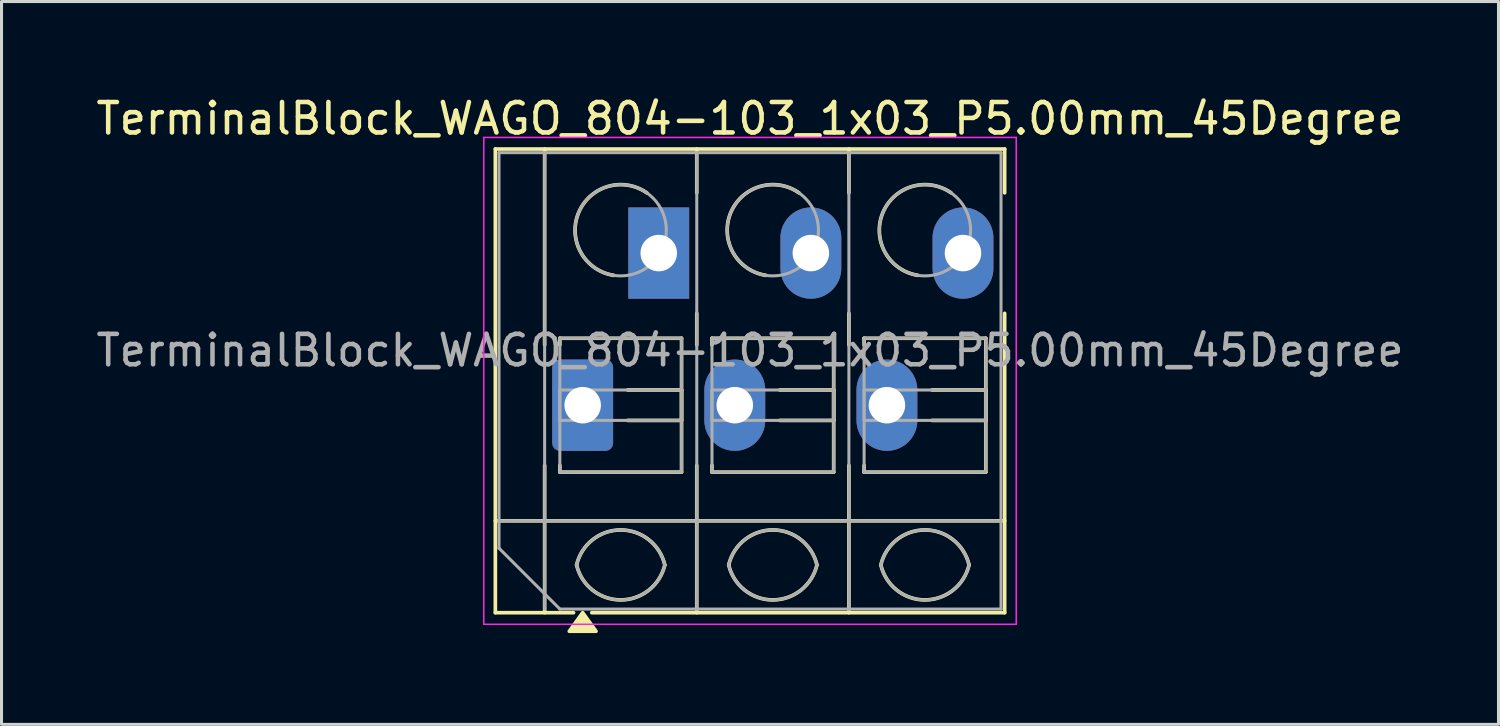
<source format=kicad_pcb>
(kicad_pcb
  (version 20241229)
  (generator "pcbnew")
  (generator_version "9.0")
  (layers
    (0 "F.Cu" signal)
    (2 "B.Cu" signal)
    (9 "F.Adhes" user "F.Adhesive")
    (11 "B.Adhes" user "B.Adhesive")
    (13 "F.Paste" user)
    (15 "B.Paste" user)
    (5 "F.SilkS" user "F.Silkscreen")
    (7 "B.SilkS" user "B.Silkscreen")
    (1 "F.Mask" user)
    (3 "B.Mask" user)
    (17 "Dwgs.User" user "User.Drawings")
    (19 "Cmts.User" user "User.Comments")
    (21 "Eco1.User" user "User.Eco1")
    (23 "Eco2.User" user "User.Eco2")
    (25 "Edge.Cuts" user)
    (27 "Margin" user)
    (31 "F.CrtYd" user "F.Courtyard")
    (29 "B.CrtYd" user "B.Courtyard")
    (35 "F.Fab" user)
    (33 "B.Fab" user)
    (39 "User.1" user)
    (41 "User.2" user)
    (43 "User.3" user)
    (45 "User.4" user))
  (footprint "TerminalBlock_WAGO_804-103_1x03_P5.00mm_45Degree"
    (layer "F.Cu")
    (at 16.101 10.268)
    (property "Reference" "TerminalBlock_WAGO_804-103_1x03_P5.00mm_45Degree" (at 5.5 -9.42 0) (layer "F.SilkS") (effects (font (size 1 1) (thickness 0.15))))
    (attr through_hole)
    (fp_line (start -2.87 -8.42) (end -2.87 6.82) (stroke (width 0.12) (type solid)) (layer "F.SilkS"))
    (fp_line (start -2.87 -8.42) (end 13.87 -8.42) (stroke (width 0.12) (type solid)) (layer "F.SilkS"))
    (fp_line (start -2.87 3.8) (end 13.87 3.8) (stroke (width 0.12) (type solid)) (layer "F.SilkS"))
    (fp_line (start -2.87 6.82) (end -0.3 6.82) (stroke (width 0.12) (type solid)) (layer "F.SilkS"))
    (fp_line (start -1.25 -8.42) (end -1.25 -1.98) (stroke (width 0.12) (type solid)) (layer "F.SilkS"))
    (fp_line (start -1.25 1.98) (end -1.25 6.82) (stroke (width 0.12) (type solid)) (layer "F.SilkS"))
    (fp_line (start -0.75 -2.2) (end -0.75 -1.98) (stroke (width 0.12) (type solid)) (layer "F.SilkS"))
    (fp_line (start -0.75 -2.2) (end 3.25 -2.2) (stroke (width 0.12) (type solid)) (layer "F.SilkS"))
    (fp_line (start -0.75 1.98) (end -0.75 2.2) (stroke (width 0.12) (type solid)) (layer "F.SilkS"))
    (fp_line (start -0.75 2.2) (end 3.25 2.2) (stroke (width 0.12) (type solid)) (layer "F.SilkS"))
    (fp_line (start 0.3 6.82) (end 13.87 6.82) (stroke (width 0.12) (type solid)) (layer "F.SilkS"))
    (fp_line (start 1.48 -0.5) (end 3.25 -0.5) (stroke (width 0.12) (type solid)) (layer "F.SilkS"))
    (fp_line (start 1.48 0.5) (end 3.25 0.5) (stroke (width 0.12) (type solid)) (layer "F.SilkS"))
    (fp_line (start 3.25 -2.2) (end 3.25 2.2) (stroke (width 0.12) (type solid)) (layer "F.SilkS"))
    (fp_line (start 3.25 -0.5) (end 3.25 0.5) (stroke (width 0.12) (type solid)) (layer "F.SilkS"))
    (fp_line (start 3.75 -8.42) (end 3.75 -6.98) (stroke (width 0.12) (type solid)) (layer "F.SilkS"))
    (fp_line (start 3.75 -3.02) (end 3.75 -1.98) (stroke (width 0.12) (type solid)) (layer "F.SilkS"))
    (fp_line (start 3.75 1.98) (end 3.75 6.82) (stroke (width 0.12) (type solid)) (layer "F.SilkS"))
    (fp_line (start 4.25 -2.2) (end 4.25 -1.98) (stroke (width 0.12) (type solid)) (layer "F.SilkS"))
    (fp_line (start 4.25 -2.2) (end 8.25 -2.2) (stroke (width 0.12) (type solid)) (layer "F.SilkS"))
    (fp_line (start 4.25 1.98) (end 4.25 2.2) (stroke (width 0.12) (type solid)) (layer "F.SilkS"))
    (fp_line (start 4.25 2.2) (end 8.25 2.2) (stroke (width 0.12) (type solid)) (layer "F.SilkS"))
    (fp_line (start 6.48 -0.5) (end 8.25 -0.5) (stroke (width 0.12) (type solid)) (layer "F.SilkS"))
    (fp_line (start 6.48 0.5) (end 8.25 0.5) (stroke (width 0.12) (type solid)) (layer "F.SilkS"))
    (fp_line (start 8.25 -2.2) (end 8.25 2.2) (stroke (width 0.12) (type solid)) (layer "F.SilkS"))
    (fp_line (start 8.25 -0.5) (end 8.25 0.5) (stroke (width 0.12) (type solid)) (layer "F.SilkS"))
    (fp_line (start 8.75 -8.42) (end 8.75 -6.98) (stroke (width 0.12) (type solid)) (layer "F.SilkS"))
    (fp_line (start 8.75 -3.02) (end 8.75 -1.98) (stroke (width 0.12) (type solid)) (layer "F.SilkS"))
    (fp_line (start 8.75 1.98) (end 8.75 6.82) (stroke (width 0.12) (type solid)) (layer "F.SilkS"))
    (fp_line (start 9.25 -2.2) (end 9.25 -1.98) (stroke (width 0.12) (type solid)) (layer "F.SilkS"))
    (fp_line (start 9.25 -2.2) (end 13.25 -2.2) (stroke (width 0.12) (type solid)) (layer "F.SilkS"))
    (fp_line (start 9.25 1.98) (end 9.25 2.2) (stroke (width 0.12) (type solid)) (layer "F.SilkS"))
    (fp_line (start 9.25 2.2) (end 13.25 2.2) (stroke (width 0.12) (type solid)) (layer "F.SilkS"))
    (fp_line (start 11.48 -0.5) (end 13.25 -0.5) (stroke (width 0.12) (type solid)) (layer "F.SilkS"))
    (fp_line (start 11.48 0.5) (end 13.25 0.5) (stroke (width 0.12) (type solid)) (layer "F.SilkS"))
    (fp_line (start 13.25 -2.2) (end 13.25 2.2) (stroke (width 0.12) (type solid)) (layer "F.SilkS"))
    (fp_line (start 13.25 -0.5) (end 13.25 0.5) (stroke (width 0.12) (type solid)) (layer "F.SilkS"))
    (fp_line (start 13.87 -8.42) (end 13.87 -6.98) (stroke (width 0.12) (type solid)) (layer "F.SilkS"))
    (fp_line (start 13.87 -3.02) (end 13.87 6.82) (stroke (width 0.12) (type solid)) (layer "F.SilkS"))
    (fp_arc (start -0.2 5.25) (mid 1.25 4.1) (end 2.7 5.25) (stroke (width 0.12) (type solid)) (layer "F.SilkS"))
    (fp_arc (start 1.02 -4.268) (mid -0.141916 -6.309209) (end 2.109 -6.98) (stroke (width 0.12) (type solid)) (layer "F.SilkS"))
    (fp_arc (start 2.7 5.25) (mid 1.25 6.4) (end -0.2 5.25) (stroke (width 0.12) (type solid)) (layer "F.SilkS"))
    (fp_arc (start 4.8 5.25) (mid 6.25 4.1) (end 7.7 5.25) (stroke (width 0.12) (type solid)) (layer "F.SilkS"))
    (fp_arc (start 6.02 -4.268) (mid 4.858084 -6.309209) (end 7.109 -6.98) (stroke (width 0.12) (type solid)) (layer "F.SilkS"))
    (fp_arc (start 7.7 5.25) (mid 6.25 6.4) (end 4.8 5.25) (stroke (width 0.12) (type solid)) (layer "F.SilkS"))
    (fp_arc (start 9.8 5.25) (mid 11.25 4.1) (end 12.7 5.25) (stroke (width 0.12) (type solid)) (layer "F.SilkS"))
    (fp_arc (start 11.02 -4.268) (mid 9.858084 -6.309209) (end 12.109 -6.98) (stroke (width 0.12) (type solid)) (layer "F.SilkS"))
    (fp_arc (start 12.7 5.25) (mid 11.25 6.4) (end 9.8 5.25) (stroke (width 0.12) (type solid)) (layer "F.SilkS"))
    (fp_poly (pts (xy 0 6.82) (xy 0.44 7.43) (xy -0.44 7.43)) (stroke (width 0.12) (type solid)) (fill yes) (layer "F.SilkS"))
    (fp_line (start -3.25 -8.8) (end -3.25 7.2) (stroke (width 0.05) (type solid)) (layer "F.CrtYd"))
    (fp_line (start -3.25 7.2) (end 14.25 7.2) (stroke (width 0.05) (type solid)) (layer "F.CrtYd"))
    (fp_line (start 14.25 -8.8) (end -3.25 -8.8) (stroke (width 0.05) (type solid)) (layer "F.CrtYd"))
    (fp_line (start 14.25 7.2) (end 14.25 -8.8) (stroke (width 0.05) (type solid)) (layer "F.CrtYd"))
    (fp_line (start -2.75 -8.3) (end 13.75 -8.3) (stroke (width 0.1) (type solid)) (layer "F.Fab"))
    (fp_line (start -2.75 3.8) (end 13.75 3.8) (stroke (width 0.1) (type solid)) (layer "F.Fab"))
    (fp_line (start -2.75 4.7) (end -2.75 -8.3) (stroke (width 0.1) (type solid)) (layer "F.Fab"))
    (fp_line (start -1.25 -8.3) (end -1.25 6.7) (stroke (width 0.1) (type solid)) (layer "F.Fab"))
    (fp_line (start -0.75 -2.2) (end -0.75 2.2) (stroke (width 0.1) (type solid)) (layer "F.Fab"))
    (fp_line (start -0.75 -0.5) (end -0.75 0.5) (stroke (width 0.1) (type solid)) (layer "F.Fab"))
    (fp_line (start -0.75 0.5) (end 3.25 0.5) (stroke (width 0.1) (type solid)) (layer "F.Fab"))
    (fp_line (start -0.75 2.2) (end 3.25 2.2) (stroke (width 0.1) (type solid)) (layer "F.Fab"))
    (fp_line (start -0.75 6.7) (end -2.75 4.7) (stroke (width 0.1) (type solid)) (layer "F.Fab"))
    (fp_line (start 3.25 -2.2) (end -0.75 -2.2) (stroke (width 0.1) (type solid)) (layer "F.Fab"))
    (fp_line (start 3.25 -0.5) (end -0.75 -0.5) (stroke (width 0.1) (type solid)) (layer "F.Fab"))
    (fp_line (start 3.25 0.5) (end 3.25 -0.5) (stroke (width 0.1) (type solid)) (layer "F.Fab"))
    (fp_line (start 3.25 2.2) (end 3.25 -2.2) (stroke (width 0.1) (type solid)) (layer "F.Fab"))
    (fp_line (start 3.75 -8.3) (end 3.75 6.7) (stroke (width 0.1) (type solid)) (layer "F.Fab"))
    (fp_line (start 4.25 -2.2) (end 4.25 2.2) (stroke (width 0.1) (type solid)) (layer "F.Fab"))
    (fp_line (start 4.25 -0.5) (end 4.25 0.5) (stroke (width 0.1) (type solid)) (layer "F.Fab"))
    (fp_line (start 4.25 0.5) (end 8.25 0.5) (stroke (width 0.1) (type solid)) (layer "F.Fab"))
    (fp_line (start 4.25 2.2) (end 8.25 2.2) (stroke (width 0.1) (type solid)) (layer "F.Fab"))
    (fp_line (start 8.25 -2.2) (end 4.25 -2.2) (stroke (width 0.1) (type solid)) (layer "F.Fab"))
    (fp_line (start 8.25 -0.5) (end 4.25 -0.5) (stroke (width 0.1) (type solid)) (layer "F.Fab"))
    (fp_line (start 8.25 0.5) (end 8.25 -0.5) (stroke (width 0.1) (type solid)) (layer "F.Fab"))
    (fp_line (start 8.25 2.2) (end 8.25 -2.2) (stroke (width 0.1) (type solid)) (layer "F.Fab"))
    (fp_line (start 8.75 -8.3) (end 8.75 6.7) (stroke (width 0.1) (type solid)) (layer "F.Fab"))
    (fp_line (start 9.25 -2.2) (end 9.25 2.2) (stroke (width 0.1) (type solid)) (layer "F.Fab"))
    (fp_line (start 9.25 -0.5) (end 9.25 0.5) (stroke (width 0.1) (type solid)) (layer "F.Fab"))
    (fp_line (start 9.25 0.5) (end 13.25 0.5) (stroke (width 0.1) (type solid)) (layer "F.Fab"))
    (fp_line (start 9.25 2.2) (end 13.25 2.2) (stroke (width 0.1) (type solid)) (layer "F.Fab"))
    (fp_line (start 13.25 -2.2) (end 9.25 -2.2) (stroke (width 0.1) (type solid)) (layer "F.Fab"))
    (fp_line (start 13.25 -0.5) (end 9.25 -0.5) (stroke (width 0.1) (type solid)) (layer "F.Fab"))
    (fp_line (start 13.25 0.5) (end 13.25 -0.5) (stroke (width 0.1) (type solid)) (layer "F.Fab"))
    (fp_line (start 13.25 2.2) (end 13.25 -2.2) (stroke (width 0.1) (type solid)) (layer "F.Fab"))
    (fp_line (start 13.75 -8.3) (end 13.75 6.7) (stroke (width 0.1) (type solid)) (layer "F.Fab"))
    (fp_line (start 13.75 6.7) (end -0.75 6.7) (stroke (width 0.1) (type solid)) (layer "F.Fab"))
    (fp_arc (start -0.2 5.25) (mid 1.25 4.1) (end 2.7 5.25) (stroke (width 0.1) (type solid)) (layer "F.Fab"))
    (fp_arc (start 2.7 5.25) (mid 1.25 6.4) (end -0.2 5.25) (stroke (width 0.1) (type solid)) (layer "F.Fab"))
    (fp_arc (start 4.8 5.25) (mid 6.25 4.1) (end 7.7 5.25) (stroke (width 0.1) (type solid)) (layer "F.Fab"))
    (fp_arc (start 7.7 5.25) (mid 6.25 6.4) (end 4.8 5.25) (stroke (width 0.1) (type solid)) (layer "F.Fab"))
    (fp_arc (start 9.8 5.25) (mid 11.25 4.1) (end 12.7 5.25) (stroke (width 0.1) (type solid)) (layer "F.Fab"))
    (fp_arc (start 12.7 5.25) (mid 11.25 6.4) (end 9.8 5.25) (stroke (width 0.1) (type solid)) (layer "F.Fab"))
    (fp_circle (center 1.25 -5.75) (end 2.75 -5.75) (stroke (width 0.1) (type solid)) (fill no) (layer "F.Fab"))
    (fp_circle (center 6.25 -5.75) (end 7.75 -5.75) (stroke (width 0.1) (type solid)) (fill no) (layer "F.Fab"))
    (fp_circle (center 11.25 -5.75) (end 12.75 -5.75) (stroke (width 0.1) (type solid)) (fill no) (layer "F.Fab"))
    (fp_text user "${REFERENCE}" (at 5.5 -1.8 0) (layer "F.Fab") (effects (font (size 1 1) (thickness 0.15))))
    (pad "1" thru_hole roundrect (at 0 0) (size 2 3) (drill 1.2) (layers "*.Cu" "*.Mask") (roundrect_rratio 0.125))
    (pad "1" thru_hole rect (at 2.5 -5) (size 2 3) (drill 1.2) (layers "*.Cu" "*.Mask"))
    (pad "2" thru_hole oval (at 5 0) (size 2 3) (drill 1.2) (layers "*.Cu" "*.Mask"))
    (pad "2" thru_hole oval (at 7.5 -5) (size 2 3) (drill 1.2) (layers "*.Cu" "*.Mask"))
    (pad "3" thru_hole oval (at 10 0) (size 2 3) (drill 1.2) (layers "*.Cu" "*.Mask"))
    (pad "3" thru_hole oval (at 12.5 -5) (size 2 3) (drill 1.2) (layers "*.Cu" "*.Mask")))
  (gr_rect
    (start -3 -3)
    (end 46.202 20.758)
    (stroke (width 0.1) (type default))
    (fill no)
    (layer "Edge.Cuts")))
</source>
